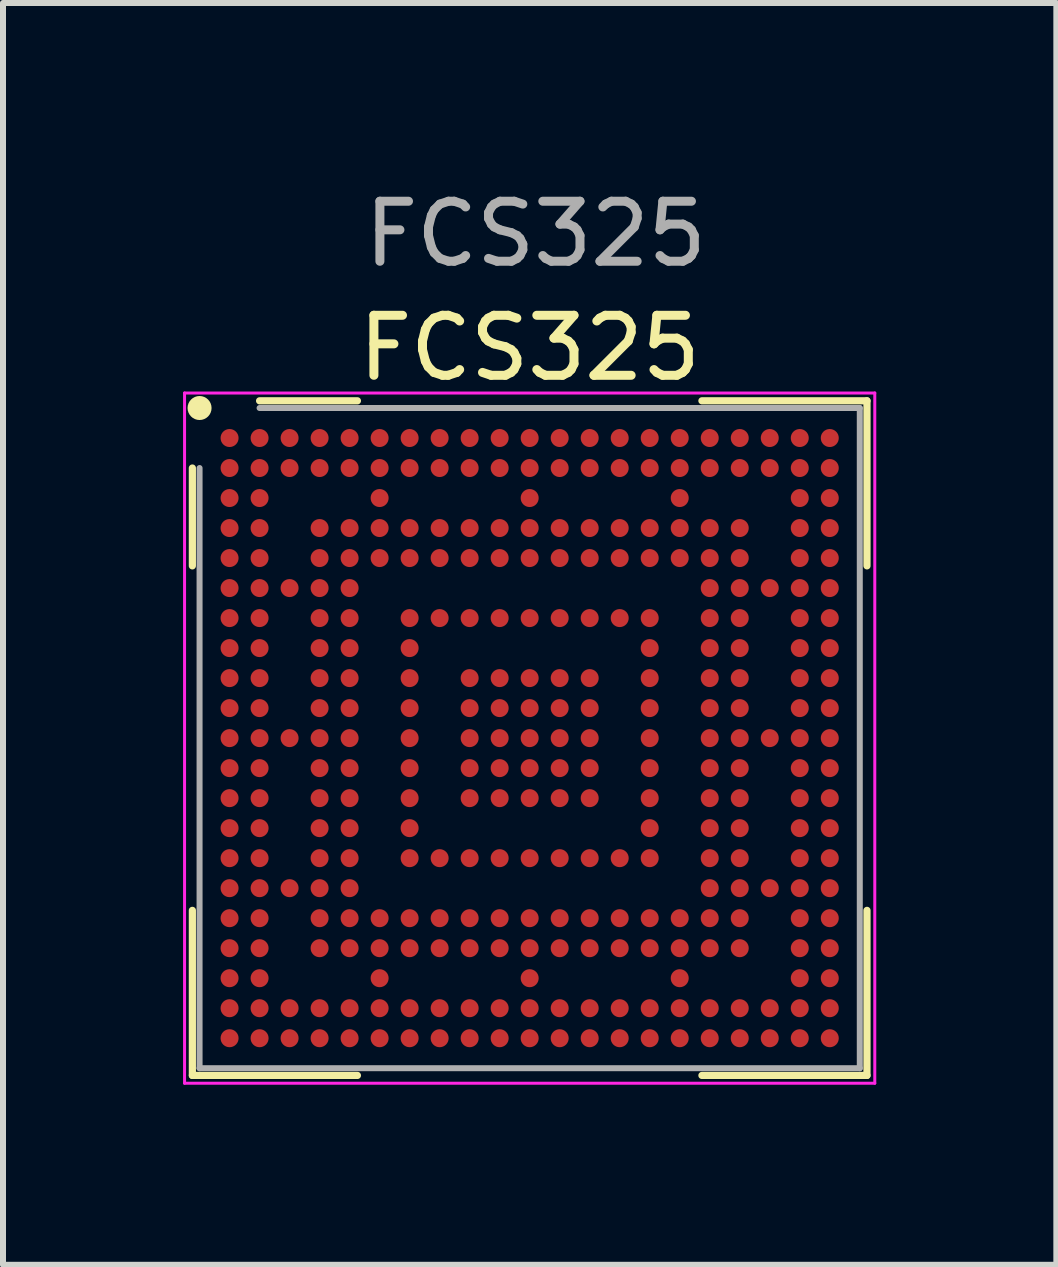
<source format=kicad_pcb>
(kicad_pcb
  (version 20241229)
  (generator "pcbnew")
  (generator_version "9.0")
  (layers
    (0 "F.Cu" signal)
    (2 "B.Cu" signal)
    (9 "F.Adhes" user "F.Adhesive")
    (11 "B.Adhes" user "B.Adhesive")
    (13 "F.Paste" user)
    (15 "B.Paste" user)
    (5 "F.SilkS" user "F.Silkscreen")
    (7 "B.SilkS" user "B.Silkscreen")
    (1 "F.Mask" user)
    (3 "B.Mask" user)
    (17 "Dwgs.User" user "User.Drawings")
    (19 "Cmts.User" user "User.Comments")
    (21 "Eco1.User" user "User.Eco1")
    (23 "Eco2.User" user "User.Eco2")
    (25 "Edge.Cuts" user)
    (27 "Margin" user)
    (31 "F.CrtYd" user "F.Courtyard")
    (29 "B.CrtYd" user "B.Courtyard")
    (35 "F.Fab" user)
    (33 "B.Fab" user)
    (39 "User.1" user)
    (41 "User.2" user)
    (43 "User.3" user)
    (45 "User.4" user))
  (footprint "FCS325"
    (layer "F.Cu")
    (at 5.775 9.248)
    (property "Reference" "FCS325" (at 0 -6.5 0) (layer "F.SilkS") (effects (font (size 1 1) (thickness 0.15))))
    (attr smd)
    (fp_line (start -5.62 -4.5) (end -5.62 -2.87) (stroke (width 0.12) (type default)) (layer "F.SilkS"))
    (fp_line (start -5.62 5.62) (end -5.62 2.87) (stroke (width 0.12) (type default)) (layer "F.SilkS"))
    (fp_line (start -2.87 -5.62) (end -4.5 -5.62) (stroke (width 0.12) (type default)) (layer "F.SilkS"))
    (fp_line (start -2.87 5.62) (end -5.62 5.62) (stroke (width 0.12) (type default)) (layer "F.SilkS"))
    (fp_line (start 2.87 -5.62) (end 5.62 -5.62) (stroke (width 0.12) (type default)) (layer "F.SilkS"))
    (fp_line (start 2.87 5.62) (end 5.62 5.62) (stroke (width 0.12) (type default)) (layer "F.SilkS"))
    (fp_line (start 5.62 -5.62) (end 5.62 -2.87) (stroke (width 0.12) (type default)) (layer "F.SilkS"))
    (fp_line (start 5.62 5.62) (end 5.62 2.87) (stroke (width 0.12) (type default)) (layer "F.SilkS"))
    (fp_circle (center -5.5 -5.5) (end -5.5 -5.4) (stroke (width 0.2) (type default)) (fill no) (layer "F.SilkS"))
    (fp_line (start -5.75 -5.75) (end 5.75 -5.75) (stroke (width 0.05) (type default)) (layer "F.CrtYd"))
    (fp_line (start -5.75 5.75) (end -5.75 -5.75) (stroke (width 0.05) (type default)) (layer "F.CrtYd"))
    (fp_line (start 5.75 -5.75) (end 5.75 5.75) (stroke (width 0.05) (type default)) (layer "F.CrtYd"))
    (fp_line (start 5.75 5.75) (end -5.75 5.75) (stroke (width 0.05) (type default)) (layer "F.CrtYd"))
    (fp_line (start -5.5 -4.5) (end -5.5 5.5) (stroke (width 0.1) (type default)) (layer "F.Fab"))
    (fp_line (start -5.5 5.5) (end 5.5 5.5) (stroke (width 0.1) (type default)) (layer "F.Fab"))
    (fp_line (start 5.5 -5.5) (end -4.5 -5.5) (stroke (width 0.1) (type default)) (layer "F.Fab"))
    (fp_line (start 5.5 5.5) (end 5.5 -5.5) (stroke (width 0.1) (type default)) (layer "F.Fab"))
    (fp_text user "${REFERENCE}" (at 0.1 -8.4 0) (layer "F.Fab") (effects (font (size 1 1) (thickness 0.15))))
    (pad "A1" smd circle (at -5 -5) (size 0.3 0.3) (layers "F.Cu" "F.Mask" "F.Paste"))
    (pad "A2" smd circle (at -4.5 -5) (size 0.3 0.3) (layers "F.Cu" "F.Mask" "F.Paste"))
    (pad "A3" smd circle (at -4 -5) (size 0.3 0.3) (layers "F.Cu" "F.Mask" "F.Paste"))
    (pad "A4" smd circle (at -3.5 -5) (size 0.3 0.3) (layers "F.Cu" "F.Mask" "F.Paste"))
    (pad "A5" smd circle (at -3 -5) (size 0.3 0.3) (layers "F.Cu" "F.Mask" "F.Paste"))
    (pad "A6" smd circle (at -2.5 -5) (size 0.3 0.3) (layers "F.Cu" "F.Mask" "F.Paste"))
    (pad "A7" smd circle (at -2 -5) (size 0.3 0.3) (layers "F.Cu" "F.Mask" "F.Paste"))
    (pad "A8" smd circle (at -1.5 -5) (size 0.3 0.3) (layers "F.Cu" "F.Mask" "F.Paste"))
    (pad "A9" smd circle (at -1 -5) (size 0.3 0.3) (layers "F.Cu" "F.Mask" "F.Paste"))
    (pad "A10" smd circle (at -0.5 -5) (size 0.3 0.3) (layers "F.Cu" "F.Mask" "F.Paste"))
    (pad "A11" smd circle (at 0 -5) (size 0.3 0.3) (layers "F.Cu" "F.Mask" "F.Paste"))
    (pad "A12" smd circle (at 0.5 -5) (size 0.3 0.3) (layers "F.Cu" "F.Mask" "F.Paste"))
    (pad "A13" smd circle (at 1 -5) (size 0.3 0.3) (layers "F.Cu" "F.Mask" "F.Paste"))
    (pad "A14" smd circle (at 1.5 -5) (size 0.3 0.3) (layers "F.Cu" "F.Mask" "F.Paste"))
    (pad "A15" smd circle (at 2 -5) (size 0.3 0.3) (layers "F.Cu" "F.Mask" "F.Paste"))
    (pad "A16" smd circle (at 2.5 -5) (size 0.3 0.3) (layers "F.Cu" "F.Mask" "F.Paste"))
    (pad "A17" smd circle (at 3 -5) (size 0.3 0.3) (layers "F.Cu" "F.Mask" "F.Paste"))
    (pad "A18" smd circle (at 3.5 -5) (size 0.3 0.3) (layers "F.Cu" "F.Mask" "F.Paste"))
    (pad "A19" smd circle (at 4 -5) (size 0.3 0.3) (layers "F.Cu" "F.Mask" "F.Paste"))
    (pad "A20" smd circle (at 4.5 -5) (size 0.3 0.3) (layers "F.Cu" "F.Mask" "F.Paste"))
    (pad "A21" smd circle (at 5 -5) (size 0.3 0.3) (layers "F.Cu" "F.Mask" "F.Paste"))
    (pad "AA1" smd circle (at -5 5) (size 0.3 0.3) (layers "F.Cu" "F.Mask" "F.Paste"))
    (pad "AA2" smd circle (at -4.5 5) (size 0.3 0.3) (layers "F.Cu" "F.Mask" "F.Paste"))
    (pad "AA3" smd circle (at -4 5) (size 0.3 0.3) (layers "F.Cu" "F.Mask" "F.Paste"))
    (pad "AA4" smd circle (at -3.5 5) (size 0.3 0.3) (layers "F.Cu" "F.Mask" "F.Paste"))
    (pad "AA5" smd circle (at -3 5) (size 0.3 0.3) (layers "F.Cu" "F.Mask" "F.Paste"))
    (pad "AA6" smd circle (at -2.5 5) (size 0.3 0.3) (layers "F.Cu" "F.Mask" "F.Paste"))
    (pad "AA7" smd circle (at -2 5) (size 0.3 0.3) (layers "F.Cu" "F.Mask" "F.Paste"))
    (pad "AA8" smd circle (at -1.5 5) (size 0.3 0.3) (layers "F.Cu" "F.Mask" "F.Paste"))
    (pad "AA9" smd circle (at -1 5) (size 0.3 0.3) (layers "F.Cu" "F.Mask" "F.Paste"))
    (pad "AA10" smd circle (at -0.5 5) (size 0.3 0.3) (layers "F.Cu" "F.Mask" "F.Paste"))
    (pad "AA11" smd circle (at 0 5) (size 0.3 0.3) (layers "F.Cu" "F.Mask" "F.Paste"))
    (pad "AA12" smd circle (at 0.5 5) (size 0.3 0.3) (layers "F.Cu" "F.Mask" "F.Paste"))
    (pad "AA13" smd circle (at 1 5) (size 0.3 0.3) (layers "F.Cu" "F.Mask" "F.Paste"))
    (pad "AA14" smd circle (at 1.5 5) (size 0.3 0.3) (layers "F.Cu" "F.Mask" "F.Paste"))
    (pad "AA15" smd circle (at 2 5) (size 0.3 0.3) (layers "F.Cu" "F.Mask" "F.Paste"))
    (pad "AA16" smd circle (at 2.5 5) (size 0.3 0.3) (layers "F.Cu" "F.Mask" "F.Paste"))
    (pad "AA17" smd circle (at 3 5) (size 0.3 0.3) (layers "F.Cu" "F.Mask" "F.Paste"))
    (pad "AA18" smd circle (at 3.5 5) (size 0.3 0.3) (layers "F.Cu" "F.Mask" "F.Paste"))
    (pad "AA19" smd circle (at 4 5) (size 0.3 0.3) (layers "F.Cu" "F.Mask" "F.Paste"))
    (pad "AA20" smd circle (at 4.5 5) (size 0.3 0.3) (layers "F.Cu" "F.Mask" "F.Paste"))
    (pad "AA21" smd circle (at 5 5) (size 0.3 0.3) (layers "F.Cu" "F.Mask" "F.Paste"))
    (pad "B1" smd circle (at -5 -4.5) (size 0.3 0.3) (layers "F.Cu" "F.Mask" "F.Paste"))
    (pad "B2" smd circle (at -4.5 -4.5) (size 0.3 0.3) (layers "F.Cu" "F.Mask" "F.Paste"))
    (pad "B3" smd circle (at -4 -4.5) (size 0.3 0.3) (layers "F.Cu" "F.Mask" "F.Paste"))
    (pad "B4" smd circle (at -3.5 -4.5) (size 0.3 0.3) (layers "F.Cu" "F.Mask" "F.Paste"))
    (pad "B5" smd circle (at -3 -4.5) (size 0.3 0.3) (layers "F.Cu" "F.Mask" "F.Paste"))
    (pad "B6" smd circle (at -2.5 -4.5) (size 0.3 0.3) (layers "F.Cu" "F.Mask" "F.Paste"))
    (pad "B7" smd circle (at -2 -4.5) (size 0.3 0.3) (layers "F.Cu" "F.Mask" "F.Paste"))
    (pad "B8" smd circle (at -1.5 -4.5) (size 0.3 0.3) (layers "F.Cu" "F.Mask" "F.Paste"))
    (pad "B9" smd circle (at -1 -4.5) (size 0.3 0.3) (layers "F.Cu" "F.Mask" "F.Paste"))
    (pad "B10" smd circle (at -0.5 -4.5) (size 0.3 0.3) (layers "F.Cu" "F.Mask" "F.Paste"))
    (pad "B11" smd circle (at 0 -4.5) (size 0.3 0.3) (layers "F.Cu" "F.Mask" "F.Paste"))
    (pad "B12" smd circle (at 0.5 -4.5) (size 0.3 0.3) (layers "F.Cu" "F.Mask" "F.Paste"))
    (pad "B13" smd circle (at 1 -4.5) (size 0.3 0.3) (layers "F.Cu" "F.Mask" "F.Paste"))
    (pad "B14" smd circle (at 1.5 -4.5) (size 0.3 0.3) (layers "F.Cu" "F.Mask" "F.Paste"))
    (pad "B15" smd circle (at 2 -4.5) (size 0.3 0.3) (layers "F.Cu" "F.Mask" "F.Paste"))
    (pad "B16" smd circle (at 2.5 -4.5) (size 0.3 0.3) (layers "F.Cu" "F.Mask" "F.Paste"))
    (pad "B17" smd circle (at 3 -4.5) (size 0.3 0.3) (layers "F.Cu" "F.Mask" "F.Paste"))
    (pad "B18" smd circle (at 3.5 -4.5) (size 0.3 0.3) (layers "F.Cu" "F.Mask" "F.Paste"))
    (pad "B19" smd circle (at 4 -4.5) (size 0.3 0.3) (layers "F.Cu" "F.Mask" "F.Paste"))
    (pad "B20" smd circle (at 4.5 -4.5) (size 0.3 0.3) (layers "F.Cu" "F.Mask" "F.Paste"))
    (pad "B21" smd circle (at 5 -4.5) (size 0.3 0.3) (layers "F.Cu" "F.Mask" "F.Paste"))
    (pad "C1" smd circle (at -5 -4) (size 0.3 0.3) (layers "F.Cu" "F.Mask" "F.Paste"))
    (pad "C2" smd circle (at -4.5 -4) (size 0.3 0.3) (layers "F.Cu" "F.Mask" "F.Paste"))
    (pad "C6" smd circle (at -2.5 -4) (size 0.3 0.3) (layers "F.Cu" "F.Mask" "F.Paste"))
    (pad "C11" smd circle (at 0 -4) (size 0.3 0.3) (layers "F.Cu" "F.Mask" "F.Paste"))
    (pad "C16" smd circle (at 2.5 -4) (size 0.3 0.3) (layers "F.Cu" "F.Mask" "F.Paste"))
    (pad "C20" smd circle (at 4.5 -4) (size 0.3 0.3) (layers "F.Cu" "F.Mask" "F.Paste"))
    (pad "C21" smd circle (at 5 -4) (size 0.3 0.3) (layers "F.Cu" "F.Mask" "F.Paste"))
    (pad "D1" smd circle (at -5 -3.5) (size 0.3 0.3) (layers "F.Cu" "F.Mask" "F.Paste"))
    (pad "D2" smd circle (at -4.5 -3.5) (size 0.3 0.3) (layers "F.Cu" "F.Mask" "F.Paste"))
    (pad "D4" smd circle (at -3.5 -3.5) (size 0.3 0.3) (layers "F.Cu" "F.Mask" "F.Paste"))
    (pad "D5" smd circle (at -3 -3.5) (size 0.3 0.3) (layers "F.Cu" "F.Mask" "F.Paste"))
    (pad "D6" smd circle (at -2.5 -3.5) (size 0.3 0.3) (layers "F.Cu" "F.Mask" "F.Paste"))
    (pad "D7" smd circle (at -2 -3.5) (size 0.3 0.3) (layers "F.Cu" "F.Mask" "F.Paste"))
    (pad "D8" smd circle (at -1.5 -3.5) (size 0.3 0.3) (layers "F.Cu" "F.Mask" "F.Paste"))
    (pad "D9" smd circle (at -1 -3.5) (size 0.3 0.3) (layers "F.Cu" "F.Mask" "F.Paste"))
    (pad "D10" smd circle (at -0.5 -3.5) (size 0.3 0.3) (layers "F.Cu" "F.Mask" "F.Paste"))
    (pad "D11" smd circle (at 0 -3.5) (size 0.3 0.3) (layers "F.Cu" "F.Mask" "F.Paste"))
    (pad "D12" smd circle (at 0.5 -3.5) (size 0.3 0.3) (layers "F.Cu" "F.Mask" "F.Paste"))
    (pad "D13" smd circle (at 1 -3.5) (size 0.3 0.3) (layers "F.Cu" "F.Mask" "F.Paste"))
    (pad "D14" smd circle (at 1.5 -3.5) (size 0.3 0.3) (layers "F.Cu" "F.Mask" "F.Paste"))
    (pad "D15" smd circle (at 2 -3.5) (size 0.3 0.3) (layers "F.Cu" "F.Mask" "F.Paste"))
    (pad "D16" smd circle (at 2.5 -3.5) (size 0.3 0.3) (layers "F.Cu" "F.Mask" "F.Paste"))
    (pad "D17" smd circle (at 3 -3.5) (size 0.3 0.3) (layers "F.Cu" "F.Mask" "F.Paste"))
    (pad "D18" smd circle (at 3.5 -3.5) (size 0.3 0.3) (layers "F.Cu" "F.Mask" "F.Paste"))
    (pad "D20" smd circle (at 4.5 -3.5) (size 0.3 0.3) (layers "F.Cu" "F.Mask" "F.Paste"))
    (pad "D21" smd circle (at 5 -3.5) (size 0.3 0.3) (layers "F.Cu" "F.Mask" "F.Paste"))
    (pad "E1" smd circle (at -5 -3) (size 0.3 0.3) (layers "F.Cu" "F.Mask" "F.Paste"))
    (pad "E2" smd circle (at -4.5 -3) (size 0.3 0.3) (layers "F.Cu" "F.Mask" "F.Paste"))
    (pad "E4" smd circle (at -3.5 -3) (size 0.3 0.3) (layers "F.Cu" "F.Mask" "F.Paste"))
    (pad "E5" smd circle (at -3 -3) (size 0.3 0.3) (layers "F.Cu" "F.Mask" "F.Paste"))
    (pad "E6" smd circle (at -2.5 -3) (size 0.3 0.3) (layers "F.Cu" "F.Mask" "F.Paste"))
    (pad "E7" smd circle (at -2 -3) (size 0.3 0.3) (layers "F.Cu" "F.Mask" "F.Paste"))
    (pad "E8" smd circle (at -1.5 -3) (size 0.3 0.3) (layers "F.Cu" "F.Mask" "F.Paste"))
    (pad "E9" smd circle (at -1 -3) (size 0.3 0.3) (layers "F.Cu" "F.Mask" "F.Paste"))
    (pad "E10" smd circle (at -0.5 -3) (size 0.3 0.3) (layers "F.Cu" "F.Mask" "F.Paste"))
    (pad "E11" smd circle (at 0 -3) (size 0.3 0.3) (layers "F.Cu" "F.Mask" "F.Paste"))
    (pad "E12" smd circle (at 0.5 -3) (size 0.3 0.3) (layers "F.Cu" "F.Mask" "F.Paste"))
    (pad "E13" smd circle (at 1 -3) (size 0.3 0.3) (layers "F.Cu" "F.Mask" "F.Paste"))
    (pad "E14" smd circle (at 1.5 -3) (size 0.3 0.3) (layers "F.Cu" "F.Mask" "F.Paste"))
    (pad "E15" smd circle (at 2 -3) (size 0.3 0.3) (layers "F.Cu" "F.Mask" "F.Paste"))
    (pad "E16" smd circle (at 2.5 -3) (size 0.3 0.3) (layers "F.Cu" "F.Mask" "F.Paste"))
    (pad "E17" smd circle (at 3 -3) (size 0.3 0.3) (layers "F.Cu" "F.Mask" "F.Paste"))
    (pad "E18" smd circle (at 3.5 -3) (size 0.3 0.3) (layers "F.Cu" "F.Mask" "F.Paste"))
    (pad "E20" smd circle (at 4.5 -3) (size 0.3 0.3) (layers "F.Cu" "F.Mask" "F.Paste"))
    (pad "E21" smd circle (at 5 -3) (size 0.3 0.3) (layers "F.Cu" "F.Mask" "F.Paste"))
    (pad "F1" smd circle (at -5 -2.5) (size 0.3 0.3) (layers "F.Cu" "F.Mask" "F.Paste"))
    (pad "F2" smd circle (at -4.5 -2.5) (size 0.3 0.3) (layers "F.Cu" "F.Mask" "F.Paste"))
    (pad "F3" smd circle (at -4 -2.5) (size 0.3 0.3) (layers "F.Cu" "F.Mask" "F.Paste"))
    (pad "F4" smd circle (at -3.5 -2.5) (size 0.3 0.3) (layers "F.Cu" "F.Mask" "F.Paste"))
    (pad "F5" smd circle (at -3 -2.5) (size 0.3 0.3) (layers "F.Cu" "F.Mask" "F.Paste"))
    (pad "F17" smd circle (at 3 -2.5) (size 0.3 0.3) (layers "F.Cu" "F.Mask" "F.Paste"))
    (pad "F18" smd circle (at 3.5 -2.5) (size 0.3 0.3) (layers "F.Cu" "F.Mask" "F.Paste"))
    (pad "F19" smd circle (at 4 -2.5) (size 0.3 0.3) (layers "F.Cu" "F.Mask" "F.Paste"))
    (pad "F20" smd circle (at 4.5 -2.5) (size 0.3 0.3) (layers "F.Cu" "F.Mask" "F.Paste"))
    (pad "F21" smd circle (at 5 -2.5) (size 0.3 0.3) (layers "F.Cu" "F.Mask" "F.Paste"))
    (pad "G1" smd circle (at -5 -2) (size 0.3 0.3) (layers "F.Cu" "F.Mask" "F.Paste"))
    (pad "G2" smd circle (at -4.5 -2) (size 0.3 0.3) (layers "F.Cu" "F.Mask" "F.Paste"))
    (pad "G4" smd circle (at -3.5 -2) (size 0.3 0.3) (layers "F.Cu" "F.Mask" "F.Paste"))
    (pad "G5" smd circle (at -3 -2) (size 0.3 0.3) (layers "F.Cu" "F.Mask" "F.Paste"))
    (pad "G7" smd circle (at -2 -2) (size 0.3 0.3) (layers "F.Cu" "F.Mask" "F.Paste"))
    (pad "G8" smd circle (at -1.5 -2) (size 0.3 0.3) (layers "F.Cu" "F.Mask" "F.Paste"))
    (pad "G9" smd circle (at -1 -2) (size 0.3 0.3) (layers "F.Cu" "F.Mask" "F.Paste"))
    (pad "G10" smd circle (at -0.5 -2) (size 0.3 0.3) (layers "F.Cu" "F.Mask" "F.Paste"))
    (pad "G11" smd circle (at 0 -2) (size 0.3 0.3) (layers "F.Cu" "F.Mask" "F.Paste"))
    (pad "G12" smd circle (at 0.5 -2) (size 0.3 0.3) (layers "F.Cu" "F.Mask" "F.Paste"))
    (pad "G13" smd circle (at 1 -2) (size 0.3 0.3) (layers "F.Cu" "F.Mask" "F.Paste"))
    (pad "G14" smd circle (at 1.5 -2) (size 0.3 0.3) (layers "F.Cu" "F.Mask" "F.Paste"))
    (pad "G15" smd circle (at 2 -2) (size 0.3 0.3) (layers "F.Cu" "F.Mask" "F.Paste"))
    (pad "G17" smd circle (at 3 -2) (size 0.3 0.3) (layers "F.Cu" "F.Mask" "F.Paste"))
    (pad "G18" smd circle (at 3.5 -2) (size 0.3 0.3) (layers "F.Cu" "F.Mask" "F.Paste"))
    (pad "G20" smd circle (at 4.5 -2) (size 0.3 0.3) (layers "F.Cu" "F.Mask" "F.Paste"))
    (pad "G21" smd circle (at 5 -2) (size 0.3 0.3) (layers "F.Cu" "F.Mask" "F.Paste"))
    (pad "H1" smd circle (at -5 -1.5) (size 0.3 0.3) (layers "F.Cu" "F.Mask" "F.Paste"))
    (pad "H2" smd circle (at -4.5 -1.5) (size 0.3 0.3) (layers "F.Cu" "F.Mask" "F.Paste"))
    (pad "H4" smd circle (at -3.5 -1.5) (size 0.3 0.3) (layers "F.Cu" "F.Mask" "F.Paste"))
    (pad "H5" smd circle (at -3 -1.5) (size 0.3 0.3) (layers "F.Cu" "F.Mask" "F.Paste"))
    (pad "H7" smd circle (at -2 -1.5) (size 0.3 0.3) (layers "F.Cu" "F.Mask" "F.Paste"))
    (pad "H15" smd circle (at 2 -1.5) (size 0.3 0.3) (layers "F.Cu" "F.Mask" "F.Paste"))
    (pad "H17" smd circle (at 3 -1.5) (size 0.3 0.3) (layers "F.Cu" "F.Mask" "F.Paste"))
    (pad "H18" smd circle (at 3.5 -1.5) (size 0.3 0.3) (layers "F.Cu" "F.Mask" "F.Paste"))
    (pad "H20" smd circle (at 4.5 -1.5) (size 0.3 0.3) (layers "F.Cu" "F.Mask" "F.Paste"))
    (pad "H21" smd circle (at 5 -1.5) (size 0.3 0.3) (layers "F.Cu" "F.Mask" "F.Paste"))
    (pad "J1" smd circle (at -5 -1) (size 0.3 0.3) (layers "F.Cu" "F.Mask" "F.Paste"))
    (pad "J2" smd circle (at -4.5 -1) (size 0.3 0.3) (layers "F.Cu" "F.Mask" "F.Paste"))
    (pad "J4" smd circle (at -3.5 -1) (size 0.3 0.3) (layers "F.Cu" "F.Mask" "F.Paste"))
    (pad "J5" smd circle (at -3 -1) (size 0.3 0.3) (layers "F.Cu" "F.Mask" "F.Paste"))
    (pad "J7" smd circle (at -2 -1) (size 0.3 0.3) (layers "F.Cu" "F.Mask" "F.Paste"))
    (pad "J9" smd circle (at -1 -1) (size 0.3 0.3) (layers "F.Cu" "F.Mask" "F.Paste"))
    (pad "J10" smd circle (at -0.5 -1) (size 0.3 0.3) (layers "F.Cu" "F.Mask" "F.Paste"))
    (pad "J11" smd circle (at 0 -1) (size 0.3 0.3) (layers "F.Cu" "F.Mask" "F.Paste"))
    (pad "J12" smd circle (at 0.5 -1) (size 0.3 0.3) (layers "F.Cu" "F.Mask" "F.Paste"))
    (pad "J13" smd circle (at 1 -1) (size 0.3 0.3) (layers "F.Cu" "F.Mask" "F.Paste"))
    (pad "J15" smd circle (at 2 -1) (size 0.3 0.3) (layers "F.Cu" "F.Mask" "F.Paste"))
    (pad "J17" smd circle (at 3 -1) (size 0.3 0.3) (layers "F.Cu" "F.Mask" "F.Paste"))
    (pad "J18" smd circle (at 3.5 -1) (size 0.3 0.3) (layers "F.Cu" "F.Mask" "F.Paste"))
    (pad "J20" smd circle (at 4.5 -1) (size 0.3 0.3) (layers "F.Cu" "F.Mask" "F.Paste"))
    (pad "J21" smd circle (at 5 -1) (size 0.3 0.3) (layers "F.Cu" "F.Mask" "F.Paste"))
    (pad "K1" smd circle (at -5 -0.5) (size 0.3 0.3) (layers "F.Cu" "F.Mask" "F.Paste"))
    (pad "K2" smd circle (at -4.5 -0.5) (size 0.3 0.3) (layers "F.Cu" "F.Mask" "F.Paste"))
    (pad "K4" smd circle (at -3.5 -0.5) (size 0.3 0.3) (layers "F.Cu" "F.Mask" "F.Paste"))
    (pad "K5" smd circle (at -3 -0.5) (size 0.3 0.3) (layers "F.Cu" "F.Mask" "F.Paste"))
    (pad "K7" smd circle (at -2 -0.5) (size 0.3 0.3) (layers "F.Cu" "F.Mask" "F.Paste"))
    (pad "K9" smd circle (at -1 -0.5) (size 0.3 0.3) (layers "F.Cu" "F.Mask" "F.Paste"))
    (pad "K10" smd circle (at -0.5 -0.5) (size 0.3 0.3) (layers "F.Cu" "F.Mask" "F.Paste"))
    (pad "K11" smd circle (at 0 -0.5) (size 0.3 0.3) (layers "F.Cu" "F.Mask" "F.Paste"))
    (pad "K12" smd circle (at 0.5 -0.5) (size 0.3 0.3) (layers "F.Cu" "F.Mask" "F.Paste"))
    (pad "K13" smd circle (at 1 -0.5) (size 0.3 0.3) (layers "F.Cu" "F.Mask" "F.Paste"))
    (pad "K15" smd circle (at 2 -0.5) (size 0.3 0.3) (layers "F.Cu" "F.Mask" "F.Paste"))
    (pad "K17" smd circle (at 3 -0.5) (size 0.3 0.3) (layers "F.Cu" "F.Mask" "F.Paste"))
    (pad "K18" smd circle (at 3.5 -0.5) (size 0.3 0.3) (layers "F.Cu" "F.Mask" "F.Paste"))
    (pad "K20" smd circle (at 4.5 -0.5) (size 0.3 0.3) (layers "F.Cu" "F.Mask" "F.Paste"))
    (pad "K21" smd circle (at 5 -0.5) (size 0.3 0.3) (layers "F.Cu" "F.Mask" "F.Paste"))
    (pad "L1" smd circle (at -5 0) (size 0.3 0.3) (layers "F.Cu" "F.Mask" "F.Paste"))
    (pad "L2" smd circle (at -4.5 0) (size 0.3 0.3) (layers "F.Cu" "F.Mask" "F.Paste"))
    (pad "L3" smd circle (at -4 0) (size 0.3 0.3) (layers "F.Cu" "F.Mask" "F.Paste"))
    (pad "L4" smd circle (at -3.5 0) (size 0.3 0.3) (layers "F.Cu" "F.Mask" "F.Paste"))
    (pad "L5" smd circle (at -3 0) (size 0.3 0.3) (layers "F.Cu" "F.Mask" "F.Paste"))
    (pad "L7" smd circle (at -2 0) (size 0.3 0.3) (layers "F.Cu" "F.Mask" "F.Paste"))
    (pad "L9" smd circle (at -1 0) (size 0.3 0.3) (layers "F.Cu" "F.Mask" "F.Paste"))
    (pad "L10" smd circle (at -0.5 0) (size 0.3 0.3) (layers "F.Cu" "F.Mask" "F.Paste"))
    (pad "L11" smd circle (at 0 0) (size 0.3 0.3) (layers "F.Cu" "F.Mask" "F.Paste"))
    (pad "L12" smd circle (at 0.5 0) (size 0.3 0.3) (layers "F.Cu" "F.Mask" "F.Paste"))
    (pad "L13" smd circle (at 1 0) (size 0.3 0.3) (layers "F.Cu" "F.Mask" "F.Paste"))
    (pad "L15" smd circle (at 2 0) (size 0.3 0.3) (layers "F.Cu" "F.Mask" "F.Paste"))
    (pad "L17" smd circle (at 3 0) (size 0.3 0.3) (layers "F.Cu" "F.Mask" "F.Paste"))
    (pad "L18" smd circle (at 3.5 0) (size 0.3 0.3) (layers "F.Cu" "F.Mask" "F.Paste"))
    (pad "L19" smd circle (at 4 0) (size 0.3 0.3) (layers "F.Cu" "F.Mask" "F.Paste"))
    (pad "L20" smd circle (at 4.5 0) (size 0.3 0.3) (layers "F.Cu" "F.Mask" "F.Paste"))
    (pad "L21" smd circle (at 5 0) (size 0.3 0.3) (layers "F.Cu" "F.Mask" "F.Paste"))
    (pad "M1" smd circle (at -5 0.5) (size 0.3 0.3) (layers "F.Cu" "F.Mask" "F.Paste"))
    (pad "M2" smd circle (at -4.5 0.5) (size 0.3 0.3) (layers "F.Cu" "F.Mask" "F.Paste"))
    (pad "M4" smd circle (at -3.5 0.5) (size 0.3 0.3) (layers "F.Cu" "F.Mask" "F.Paste"))
    (pad "M5" smd circle (at -3 0.5) (size 0.3 0.3) (layers "F.Cu" "F.Mask" "F.Paste"))
    (pad "M7" smd circle (at -2 0.5) (size 0.3 0.3) (layers "F.Cu" "F.Mask" "F.Paste"))
    (pad "M9" smd circle (at -1 0.5) (size 0.3 0.3) (layers "F.Cu" "F.Mask" "F.Paste"))
    (pad "M10" smd circle (at -0.5 0.5) (size 0.3 0.3) (layers "F.Cu" "F.Mask" "F.Paste"))
    (pad "M11" smd circle (at 0 0.5) (size 0.3 0.3) (layers "F.Cu" "F.Mask" "F.Paste"))
    (pad "M12" smd circle (at 0.5 0.5) (size 0.3 0.3) (layers "F.Cu" "F.Mask" "F.Paste"))
    (pad "M13" smd circle (at 1 0.5) (size 0.3 0.3) (layers "F.Cu" "F.Mask" "F.Paste"))
    (pad "M15" smd circle (at 2 0.5) (size 0.3 0.3) (layers "F.Cu" "F.Mask" "F.Paste"))
    (pad "M17" smd circle (at 3 0.5) (size 0.3 0.3) (layers "F.Cu" "F.Mask" "F.Paste"))
    (pad "M18" smd circle (at 3.5 0.5) (size 0.3 0.3) (layers "F.Cu" "F.Mask" "F.Paste"))
    (pad "M20" smd circle (at 4.5 0.5) (size 0.3 0.3) (layers "F.Cu" "F.Mask" "F.Paste"))
    (pad "M21" smd circle (at 5 0.5) (size 0.3 0.3) (layers "F.Cu" "F.Mask" "F.Paste"))
    (pad "N1" smd circle (at -5 1) (size 0.3 0.3) (layers "F.Cu" "F.Mask" "F.Paste"))
    (pad "N2" smd circle (at -4.5 1) (size 0.3 0.3) (layers "F.Cu" "F.Mask" "F.Paste"))
    (pad "N4" smd circle (at -3.5 1) (size 0.3 0.3) (layers "F.Cu" "F.Mask" "F.Paste"))
    (pad "N5" smd circle (at -3 1) (size 0.3 0.3) (layers "F.Cu" "F.Mask" "F.Paste"))
    (pad "N7" smd circle (at -2 1) (size 0.3 0.3) (layers "F.Cu" "F.Mask" "F.Paste"))
    (pad "N9" smd circle (at -1 1) (size 0.3 0.3) (layers "F.Cu" "F.Mask" "F.Paste"))
    (pad "N10" smd circle (at -0.5 1) (size 0.3 0.3) (layers "F.Cu" "F.Mask" "F.Paste"))
    (pad "N11" smd circle (at 0 1) (size 0.3 0.3) (layers "F.Cu" "F.Mask" "F.Paste"))
    (pad "N12" smd circle (at 0.5 1) (size 0.3 0.3) (layers "F.Cu" "F.Mask" "F.Paste"))
    (pad "N13" smd circle (at 1 1) (size 0.3 0.3) (layers "F.Cu" "F.Mask" "F.Paste"))
    (pad "N15" smd circle (at 2 1) (size 0.3 0.3) (layers "F.Cu" "F.Mask" "F.Paste"))
    (pad "N17" smd circle (at 3 1) (size 0.3 0.3) (layers "F.Cu" "F.Mask" "F.Paste"))
    (pad "N18" smd circle (at 3.5 1) (size 0.3 0.3) (layers "F.Cu" "F.Mask" "F.Paste"))
    (pad "N20" smd circle (at 4.5 1) (size 0.3 0.3) (layers "F.Cu" "F.Mask" "F.Paste"))
    (pad "N21" smd circle (at 5 1) (size 0.3 0.3) (layers "F.Cu" "F.Mask" "F.Paste"))
    (pad "P1" smd circle (at -5 1.5) (size 0.3 0.3) (layers "F.Cu" "F.Mask" "F.Paste"))
    (pad "P2" smd circle (at -4.5 1.5) (size 0.3 0.3) (layers "F.Cu" "F.Mask" "F.Paste"))
    (pad "P4" smd circle (at -3.5 1.5) (size 0.3 0.3) (layers "F.Cu" "F.Mask" "F.Paste"))
    (pad "P5" smd circle (at -3 1.5) (size 0.3 0.3) (layers "F.Cu" "F.Mask" "F.Paste"))
    (pad "P7" smd circle (at -2 1.5) (size 0.3 0.3) (layers "F.Cu" "F.Mask" "F.Paste"))
    (pad "P15" smd circle (at 2 1.5) (size 0.3 0.3) (layers "F.Cu" "F.Mask" "F.Paste"))
    (pad "P17" smd circle (at 3 1.5) (size 0.3 0.3) (layers "F.Cu" "F.Mask" "F.Paste"))
    (pad "P18" smd circle (at 3.5 1.5) (size 0.3 0.3) (layers "F.Cu" "F.Mask" "F.Paste"))
    (pad "P20" smd circle (at 4.5 1.5) (size 0.3 0.3) (layers "F.Cu" "F.Mask" "F.Paste"))
    (pad "P21" smd circle (at 5 1.5) (size 0.3 0.3) (layers "F.Cu" "F.Mask" "F.Paste"))
    (pad "R1" smd circle (at -5 2) (size 0.3 0.3) (layers "F.Cu" "F.Mask" "F.Paste"))
    (pad "R2" smd circle (at -4.5 2) (size 0.3 0.3) (layers "F.Cu" "F.Mask" "F.Paste"))
    (pad "R4" smd circle (at -3.5 2) (size 0.3 0.3) (layers "F.Cu" "F.Mask" "F.Paste"))
    (pad "R5" smd circle (at -3 2) (size 0.3 0.3) (layers "F.Cu" "F.Mask" "F.Paste"))
    (pad "R7" smd circle (at -2 2) (size 0.3 0.3) (layers "F.Cu" "F.Mask" "F.Paste"))
    (pad "R8" smd circle (at -1.5 2) (size 0.3 0.3) (layers "F.Cu" "F.Mask" "F.Paste"))
    (pad "R9" smd circle (at -1 2) (size 0.3 0.3) (layers "F.Cu" "F.Mask" "F.Paste"))
    (pad "R10" smd circle (at -0.5 2) (size 0.3 0.3) (layers "F.Cu" "F.Mask" "F.Paste"))
    (pad "R11" smd circle (at 0 2) (size 0.3 0.3) (layers "F.Cu" "F.Mask" "F.Paste"))
    (pad "R12" smd circle (at 0.5 2) (size 0.3 0.3) (layers "F.Cu" "F.Mask" "F.Paste"))
    (pad "R13" smd circle (at 1 2) (size 0.3 0.3) (layers "F.Cu" "F.Mask" "F.Paste"))
    (pad "R14" smd circle (at 1.5 2) (size 0.3 0.3) (layers "F.Cu" "F.Mask" "F.Paste"))
    (pad "R15" smd circle (at 2 2) (size 0.3 0.3) (layers "F.Cu" "F.Mask" "F.Paste"))
    (pad "R17" smd circle (at 3 2) (size 0.3 0.3) (layers "F.Cu" "F.Mask" "F.Paste"))
    (pad "R18" smd circle (at 3.5 2) (size 0.3 0.3) (layers "F.Cu" "F.Mask" "F.Paste"))
    (pad "R20" smd circle (at 4.5 2) (size 0.3 0.3) (layers "F.Cu" "F.Mask" "F.Paste"))
    (pad "R21" smd circle (at 5 2) (size 0.3 0.3) (layers "F.Cu" "F.Mask" "F.Paste"))
    (pad "T1" smd circle (at -5 2.5) (size 0.3 0.3) (layers "F.Cu" "F.Mask" "F.Paste"))
    (pad "T2" smd circle (at -4.5 2.5) (size 0.3 0.3) (layers "F.Cu" "F.Mask" "F.Paste"))
    (pad "T3" smd circle (at -4 2.5) (size 0.3 0.3) (layers "F.Cu" "F.Mask" "F.Paste"))
    (pad "T4" smd circle (at -3.5 2.5) (size 0.3 0.3) (layers "F.Cu" "F.Mask" "F.Paste"))
    (pad "T5" smd circle (at -3 2.5) (size 0.3 0.3) (layers "F.Cu" "F.Mask" "F.Paste"))
    (pad "T17" smd circle (at 3 2.5) (size 0.3 0.3) (layers "F.Cu" "F.Mask" "F.Paste"))
    (pad "T18" smd circle (at 3.5 2.5) (size 0.3 0.3) (layers "F.Cu" "F.Mask" "F.Paste"))
    (pad "T19" smd circle (at 4 2.5) (size 0.3 0.3) (layers "F.Cu" "F.Mask" "F.Paste"))
    (pad "T20" smd circle (at 4.5 2.5) (size 0.3 0.3) (layers "F.Cu" "F.Mask" "F.Paste"))
    (pad "T21" smd circle (at 5 2.5) (size 0.3 0.3) (layers "F.Cu" "F.Mask" "F.Paste"))
    (pad "U1" smd circle (at -5 3) (size 0.3 0.3) (layers "F.Cu" "F.Mask" "F.Paste"))
    (pad "U2" smd circle (at -4.5 3) (size 0.3 0.3) (layers "F.Cu" "F.Mask" "F.Paste"))
    (pad "U4" smd circle (at -3.5 3) (size 0.3 0.3) (layers "F.Cu" "F.Mask" "F.Paste"))
    (pad "U5" smd circle (at -3 3) (size 0.3 0.3) (layers "F.Cu" "F.Mask" "F.Paste"))
    (pad "U6" smd circle (at -2.5 3) (size 0.3 0.3) (layers "F.Cu" "F.Mask" "F.Paste"))
    (pad "U7" smd circle (at -2 3) (size 0.3 0.3) (layers "F.Cu" "F.Mask" "F.Paste"))
    (pad "U8" smd circle (at -1.5 3) (size 0.3 0.3) (layers "F.Cu" "F.Mask" "F.Paste"))
    (pad "U9" smd circle (at -1 3) (size 0.3 0.3) (layers "F.Cu" "F.Mask" "F.Paste"))
    (pad "U10" smd circle (at -0.5 3) (size 0.3 0.3) (layers "F.Cu" "F.Mask" "F.Paste"))
    (pad "U11" smd circle (at 0 3) (size 0.3 0.3) (layers "F.Cu" "F.Mask" "F.Paste"))
    (pad "U12" smd circle (at 0.5 3) (size 0.3 0.3) (layers "F.Cu" "F.Mask" "F.Paste"))
    (pad "U13" smd circle (at 1 3) (size 0.3 0.3) (layers "F.Cu" "F.Mask" "F.Paste"))
    (pad "U14" smd circle (at 1.5 3) (size 0.3 0.3) (layers "F.Cu" "F.Mask" "F.Paste"))
    (pad "U15" smd circle (at 2 3) (size 0.3 0.3) (layers "F.Cu" "F.Mask" "F.Paste"))
    (pad "U16" smd circle (at 2.5 3) (size 0.3 0.3) (layers "F.Cu" "F.Mask" "F.Paste"))
    (pad "U17" smd circle (at 3 3) (size 0.3 0.3) (layers "F.Cu" "F.Mask" "F.Paste"))
    (pad "U18" smd circle (at 3.5 3) (size 0.3 0.3) (layers "F.Cu" "F.Mask" "F.Paste"))
    (pad "U20" smd circle (at 4.5 3) (size 0.3 0.3) (layers "F.Cu" "F.Mask" "F.Paste"))
    (pad "U21" smd circle (at 5 3) (size 0.3 0.3) (layers "F.Cu" "F.Mask" "F.Paste"))
    (pad "V1" smd circle (at -5 3.5) (size 0.3 0.3) (layers "F.Cu" "F.Mask" "F.Paste"))
    (pad "V2" smd circle (at -4.5 3.5) (size 0.3 0.3) (layers "F.Cu" "F.Mask" "F.Paste"))
    (pad "V4" smd circle (at -3.5 3.5) (size 0.3 0.3) (layers "F.Cu" "F.Mask" "F.Paste"))
    (pad "V5" smd circle (at -3 3.5) (size 0.3 0.3) (layers "F.Cu" "F.Mask" "F.Paste"))
    (pad "V6" smd circle (at -2.5 3.5) (size 0.3 0.3) (layers "F.Cu" "F.Mask" "F.Paste"))
    (pad "V7" smd circle (at -2 3.5) (size 0.3 0.3) (layers "F.Cu" "F.Mask" "F.Paste"))
    (pad "V8" smd circle (at -1.5 3.5) (size 0.3 0.3) (layers "F.Cu" "F.Mask" "F.Paste"))
    (pad "V9" smd circle (at -1 3.5) (size 0.3 0.3) (layers "F.Cu" "F.Mask" "F.Paste"))
    (pad "V10" smd circle (at -0.5 3.5) (size 0.3 0.3) (layers "F.Cu" "F.Mask" "F.Paste"))
    (pad "V11" smd circle (at 0 3.5) (size 0.3 0.3) (layers "F.Cu" "F.Mask" "F.Paste"))
    (pad "V12" smd circle (at 0.5 3.5) (size 0.3 0.3) (layers "F.Cu" "F.Mask" "F.Paste"))
    (pad "V13" smd circle (at 1 3.5) (size 0.3 0.3) (layers "F.Cu" "F.Mask" "F.Paste"))
    (pad "V14" smd circle (at 1.5 3.5) (size 0.3 0.3) (layers "F.Cu" "F.Mask" "F.Paste"))
    (pad "V15" smd circle (at 2 3.5) (size 0.3 0.3) (layers "F.Cu" "F.Mask" "F.Paste"))
    (pad "V16" smd circle (at 2.5 3.5) (size 0.3 0.3) (layers "F.Cu" "F.Mask" "F.Paste"))
    (pad "V17" smd circle (at 3 3.5) (size 0.3 0.3) (layers "F.Cu" "F.Mask" "F.Paste"))
    (pad "V18" smd circle (at 3.5 3.5) (size 0.3 0.3) (layers "F.Cu" "F.Mask" "F.Paste"))
    (pad "V20" smd circle (at 4.5 3.5) (size 0.3 0.3) (layers "F.Cu" "F.Mask" "F.Paste"))
    (pad "V21" smd circle (at 5 3.5) (size 0.3 0.3) (layers "F.Cu" "F.Mask" "F.Paste"))
    (pad "W1" smd circle (at -5 4) (size 0.3 0.3) (layers "F.Cu" "F.Mask" "F.Paste"))
    (pad "W2" smd circle (at -4.5 4) (size 0.3 0.3) (layers "F.Cu" "F.Mask" "F.Paste"))
    (pad "W6" smd circle (at -2.5 4) (size 0.3 0.3) (layers "F.Cu" "F.Mask" "F.Paste"))
    (pad "W11" smd circle (at 0 4) (size 0.3 0.3) (layers "F.Cu" "F.Mask" "F.Paste"))
    (pad "W16" smd circle (at 2.5 4) (size 0.3 0.3) (layers "F.Cu" "F.Mask" "F.Paste"))
    (pad "W20" smd circle (at 4.5 4) (size 0.3 0.3) (layers "F.Cu" "F.Mask" "F.Paste"))
    (pad "W21" smd circle (at 5 4) (size 0.3 0.3) (layers "F.Cu" "F.Mask" "F.Paste"))
    (pad "Y1" smd circle (at -5 4.5) (size 0.3 0.3) (layers "F.Cu" "F.Mask" "F.Paste"))
    (pad "Y2" smd circle (at -4.5 4.5) (size 0.3 0.3) (layers "F.Cu" "F.Mask" "F.Paste"))
    (pad "Y3" smd circle (at -4 4.5) (size 0.3 0.3) (layers "F.Cu" "F.Mask" "F.Paste"))
    (pad "Y4" smd circle (at -3.5 4.5) (size 0.3 0.3) (layers "F.Cu" "F.Mask" "F.Paste"))
    (pad "Y5" smd circle (at -3 4.5) (size 0.3 0.3) (layers "F.Cu" "F.Mask" "F.Paste"))
    (pad "Y6" smd circle (at -2.5 4.5) (size 0.3 0.3) (layers "F.Cu" "F.Mask" "F.Paste"))
    (pad "Y7" smd circle (at -2 4.5) (size 0.3 0.3) (layers "F.Cu" "F.Mask" "F.Paste"))
    (pad "Y8" smd circle (at -1.5 4.5) (size 0.3 0.3) (layers "F.Cu" "F.Mask" "F.Paste"))
    (pad "Y9" smd circle (at -1 4.5) (size 0.3 0.3) (layers "F.Cu" "F.Mask" "F.Paste"))
    (pad "Y10" smd circle (at -0.5 4.5) (size 0.3 0.3) (layers "F.Cu" "F.Mask" "F.Paste"))
    (pad "Y11" smd circle (at 0 4.5) (size 0.3 0.3) (layers "F.Cu" "F.Mask" "F.Paste"))
    (pad "Y12" smd circle (at 0.5 4.5) (size 0.3 0.3) (layers "F.Cu" "F.Mask" "F.Paste"))
    (pad "Y13" smd circle (at 1 4.5) (size 0.3 0.3) (layers "F.Cu" "F.Mask" "F.Paste"))
    (pad "Y14" smd circle (at 1.5 4.5) (size 0.3 0.3) (layers "F.Cu" "F.Mask" "F.Paste"))
    (pad "Y15" smd circle (at 2 4.5) (size 0.3 0.3) (layers "F.Cu" "F.Mask" "F.Paste"))
    (pad "Y16" smd circle (at 2.5 4.5) (size 0.3 0.3) (layers "F.Cu" "F.Mask" "F.Paste"))
    (pad "Y17" smd circle (at 3 4.5) (size 0.3 0.3) (layers "F.Cu" "F.Mask" "F.Paste"))
    (pad "Y18" smd circle (at 3.5 4.5) (size 0.3 0.3) (layers "F.Cu" "F.Mask" "F.Paste"))
    (pad "Y19" smd circle (at 4 4.5) (size 0.3 0.3) (layers "F.Cu" "F.Mask" "F.Paste"))
    (pad "Y20" smd circle (at 4.5 4.5) (size 0.3 0.3) (layers "F.Cu" "F.Mask" "F.Paste"))
    (pad "Y21" smd circle (at 5 4.5) (size 0.3 0.3) (layers "F.Cu" "F.Mask" "F.Paste")))
  (gr_rect
    (start -3 -3)
    (end 14.55 18.023)
    (stroke (width 0.1) (type default))
    (fill no)
    (layer "Edge.Cuts")))
</source>
